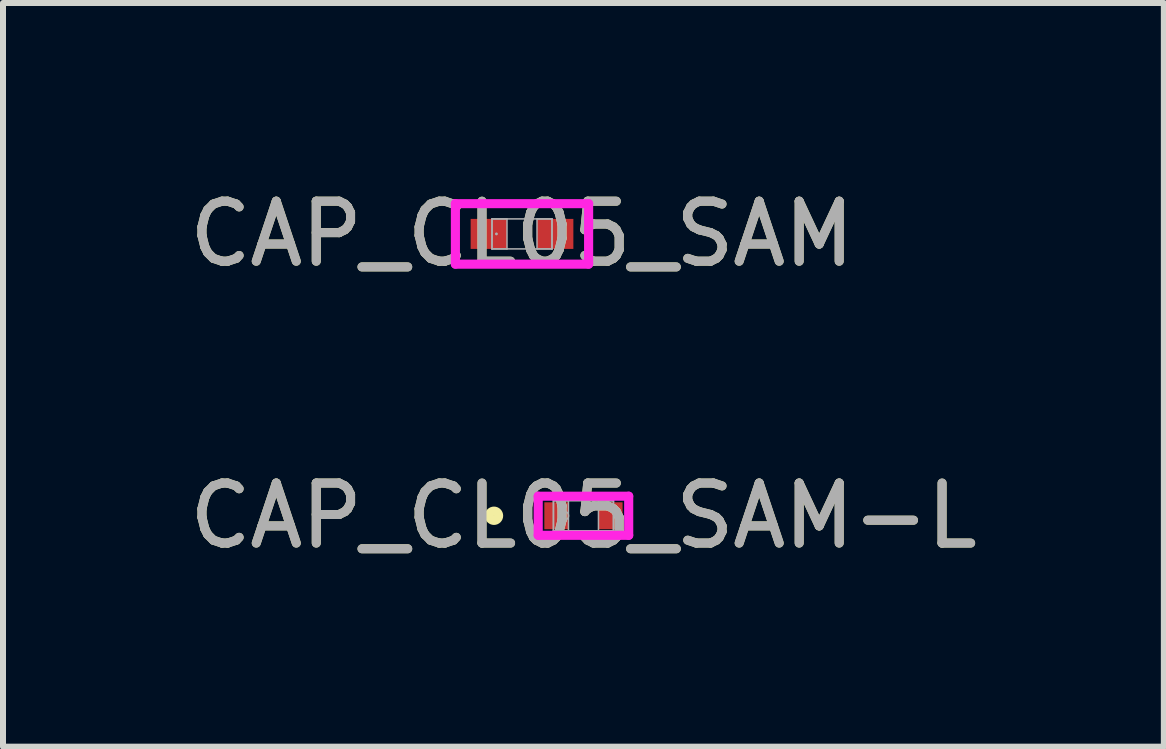
<source format=kicad_pcb>
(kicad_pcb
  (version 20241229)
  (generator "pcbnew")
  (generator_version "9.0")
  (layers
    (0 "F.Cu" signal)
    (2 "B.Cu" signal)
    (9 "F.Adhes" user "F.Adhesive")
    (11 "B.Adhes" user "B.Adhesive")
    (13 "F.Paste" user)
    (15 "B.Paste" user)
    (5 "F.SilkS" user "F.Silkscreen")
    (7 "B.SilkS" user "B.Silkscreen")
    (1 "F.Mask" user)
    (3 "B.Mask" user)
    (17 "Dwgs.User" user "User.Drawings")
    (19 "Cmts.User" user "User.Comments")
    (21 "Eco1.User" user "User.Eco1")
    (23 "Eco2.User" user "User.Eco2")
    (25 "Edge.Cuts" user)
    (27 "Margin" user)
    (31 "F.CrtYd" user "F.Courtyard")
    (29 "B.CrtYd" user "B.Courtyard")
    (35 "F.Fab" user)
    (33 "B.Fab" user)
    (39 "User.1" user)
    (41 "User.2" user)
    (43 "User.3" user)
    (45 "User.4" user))
  (footprint "CAP_CL05_SAM"
    (layer "F.Cu")
    (at 5.649 0.848)
    (property "Reference" "CAP_CL05_SAM" (at 0 0 0) (unlocked yes) (layer "F.SilkS") (effects (font (size 1 1) (thickness 0.15))))
    (attr smd)
    (fp_line (start -1.11 -0.504) (end 1.11 -0.504) (stroke (width 0.152) (type solid)) (layer "F.CrtYd"))
    (fp_line (start -1.11 0.504) (end -1.11 -0.504) (stroke (width 0.152) (type solid)) (layer "F.CrtYd"))
    (fp_line (start 1.11 -0.504) (end 1.11 0.504) (stroke (width 0.152) (type solid)) (layer "F.CrtYd"))
    (fp_line (start 1.11 0.504) (end -1.11 0.504) (stroke (width 0.152) (type solid)) (layer "F.CrtYd"))
    (fp_line (start -0.5 -0.25) (end -0.5 0.25) (stroke (width 0.025) (type solid)) (layer "F.Fab"))
    (fp_line (start -0.5 -0.25) (end -0.5 0.25) (stroke (width 0.025) (type solid)) (layer "F.Fab"))
    (fp_line (start -0.5 0.25) (end -0.25 0.25) (stroke (width 0.025) (type solid)) (layer "F.Fab"))
    (fp_line (start -0.5 0.25) (end 0.5 0.25) (stroke (width 0.025) (type solid)) (layer "F.Fab"))
    (fp_line (start -0.25 -0.25) (end -0.5 -0.25) (stroke (width 0.025) (type solid)) (layer "F.Fab"))
    (fp_line (start -0.25 0.25) (end -0.25 -0.25) (stroke (width 0.025) (type solid)) (layer "F.Fab"))
    (fp_line (start 0.25 -0.25) (end 0.25 0.25) (stroke (width 0.025) (type solid)) (layer "F.Fab"))
    (fp_line (start 0.25 0.25) (end 0.5 0.25) (stroke (width 0.025) (type solid)) (layer "F.Fab"))
    (fp_line (start 0.5 -0.25) (end -0.5 -0.25) (stroke (width 0.025) (type solid)) (layer "F.Fab"))
    (fp_line (start 0.5 -0.25) (end 0.25 -0.25) (stroke (width 0.025) (type solid)) (layer "F.Fab"))
    (fp_line (start 0.5 0.25) (end 0.5 -0.25) (stroke (width 0.025) (type solid)) (layer "F.Fab"))
    (fp_line (start 0.5 0.25) (end 0.5 -0.25) (stroke (width 0.025) (type solid)) (layer "F.Fab"))
    (fp_circle (center -0.426 0) (end -0.426 0) (stroke (width 0.025) (type solid)) (fill no) (layer "F.Fab"))
    (fp_text user "${REFERENCE}" (at 0 0 0) (unlocked yes) (layer "F.Fab") (effects (font (size 1 1) (thickness 0.15))))
    (pad "1" smd rect (at -0.553 0) (size 0.606 0.5) (layers "F.Cu" "F.Mask" "F.Paste"))
    (pad "2" smd rect (at 0.553 0) (size 0.606 0.5) (layers "F.Cu" "F.Mask" "F.Paste"))
    (zone (net_name "") (layer "F.Cu") (hatch full 0.508) (connect_pads) (min_thickness 0.254) (filled_areas_thickness no) (keepout (tracks not_allowed) (vias not_allowed) (pads allowed) (copperpour not_allowed) (footprints allowed)) (placement (enabled no)) (fill) (polygon (pts (xy 5.45 0.649) (xy 5.848 0.649) (xy 5.848 1.047) (xy 5.45 1.047)))))
  (footprint "CAP_CL05_SAM-L"
    (layer "F.Cu")
    (at 6.673 5.545)
    (property "Reference" "CAP_CL05_SAM-L" (at 0 0 0) (unlocked yes) (layer "F.SilkS") (effects (font (size 1 1) (thickness 0.15))))
    (attr smd)
    (fp_circle (center -1.491 0) (end -1.414 0) (stroke (width 0.152) (type solid)) (fill no) (layer "F.SilkS"))
    (fp_line (start -0.754 -0.326) (end 0.754 -0.326) (stroke (width 0.152) (type solid)) (layer "F.CrtYd"))
    (fp_line (start -0.754 0.326) (end -0.754 -0.326) (stroke (width 0.152) (type solid)) (layer "F.CrtYd"))
    (fp_line (start 0.754 -0.326) (end 0.754 0.326) (stroke (width 0.152) (type solid)) (layer "F.CrtYd"))
    (fp_line (start 0.754 0.326) (end -0.754 0.326) (stroke (width 0.152) (type solid)) (layer "F.CrtYd"))
    (fp_line (start -0.5 -0.25) (end -0.5 0.25) (stroke (width 0.025) (type solid)) (layer "F.Fab"))
    (fp_line (start -0.5 -0.25) (end -0.5 0.25) (stroke (width 0.025) (type solid)) (layer "F.Fab"))
    (fp_line (start -0.5 0.25) (end -0.25 0.25) (stroke (width 0.025) (type solid)) (layer "F.Fab"))
    (fp_line (start -0.5 0.25) (end 0.5 0.25) (stroke (width 0.025) (type solid)) (layer "F.Fab"))
    (fp_line (start -0.25 -0.25) (end -0.5 -0.25) (stroke (width 0.025) (type solid)) (layer "F.Fab"))
    (fp_line (start -0.25 0.25) (end -0.25 -0.25) (stroke (width 0.025) (type solid)) (layer "F.Fab"))
    (fp_line (start 0.25 -0.25) (end 0.25 0.25) (stroke (width 0.025) (type solid)) (layer "F.Fab"))
    (fp_line (start 0.25 0.25) (end 0.5 0.25) (stroke (width 0.025) (type solid)) (layer "F.Fab"))
    (fp_line (start 0.5 -0.25) (end -0.5 -0.25) (stroke (width 0.025) (type solid)) (layer "F.Fab"))
    (fp_line (start 0.5 -0.25) (end 0.25 -0.25) (stroke (width 0.025) (type solid)) (layer "F.Fab"))
    (fp_line (start 0.5 0.25) (end 0.5 -0.25) (stroke (width 0.025) (type solid)) (layer "F.Fab"))
    (fp_line (start 0.5 0.25) (end 0.5 -0.25) (stroke (width 0.025) (type solid)) (layer "F.Fab"))
    (fp_circle (center -0.324 0) (end -0.248 0) (stroke (width 0.025) (type solid)) (fill no) (layer "F.Fab"))
    (fp_text user "${REFERENCE}" (at 0 0 0) (unlocked yes) (layer "F.Fab") (effects (font (size 1 1) (thickness 0.15))))
    (pad "1" smd rect (at -0.451 0) (size 0.402 0.449) (layers "F.Cu" "F.Mask" "F.Paste"))
    (pad "2" smd rect (at 0.451 0) (size 0.402 0.449) (layers "F.Cu" "F.Mask" "F.Paste"))
    (zone (net_name "") (layer "F.Cu") (hatch full 0.508) (connect_pads) (min_thickness 0.254) (filled_areas_thickness no) (keepout (tracks not_allowed) (vias not_allowed) (pads allowed) (copperpour not_allowed) (footprints allowed)) (placement (enabled no)) (fill) (polygon (pts (xy 6.473 5.346) (xy 6.872 5.346) (xy 6.872 5.744) (xy 6.473 5.744)))))
  (gr_rect
    (start -3 -3)
    (end 16.345 9.393)
    (stroke (width 0.1) (type default))
    (fill no)
    (layer "Edge.Cuts")))
</source>
